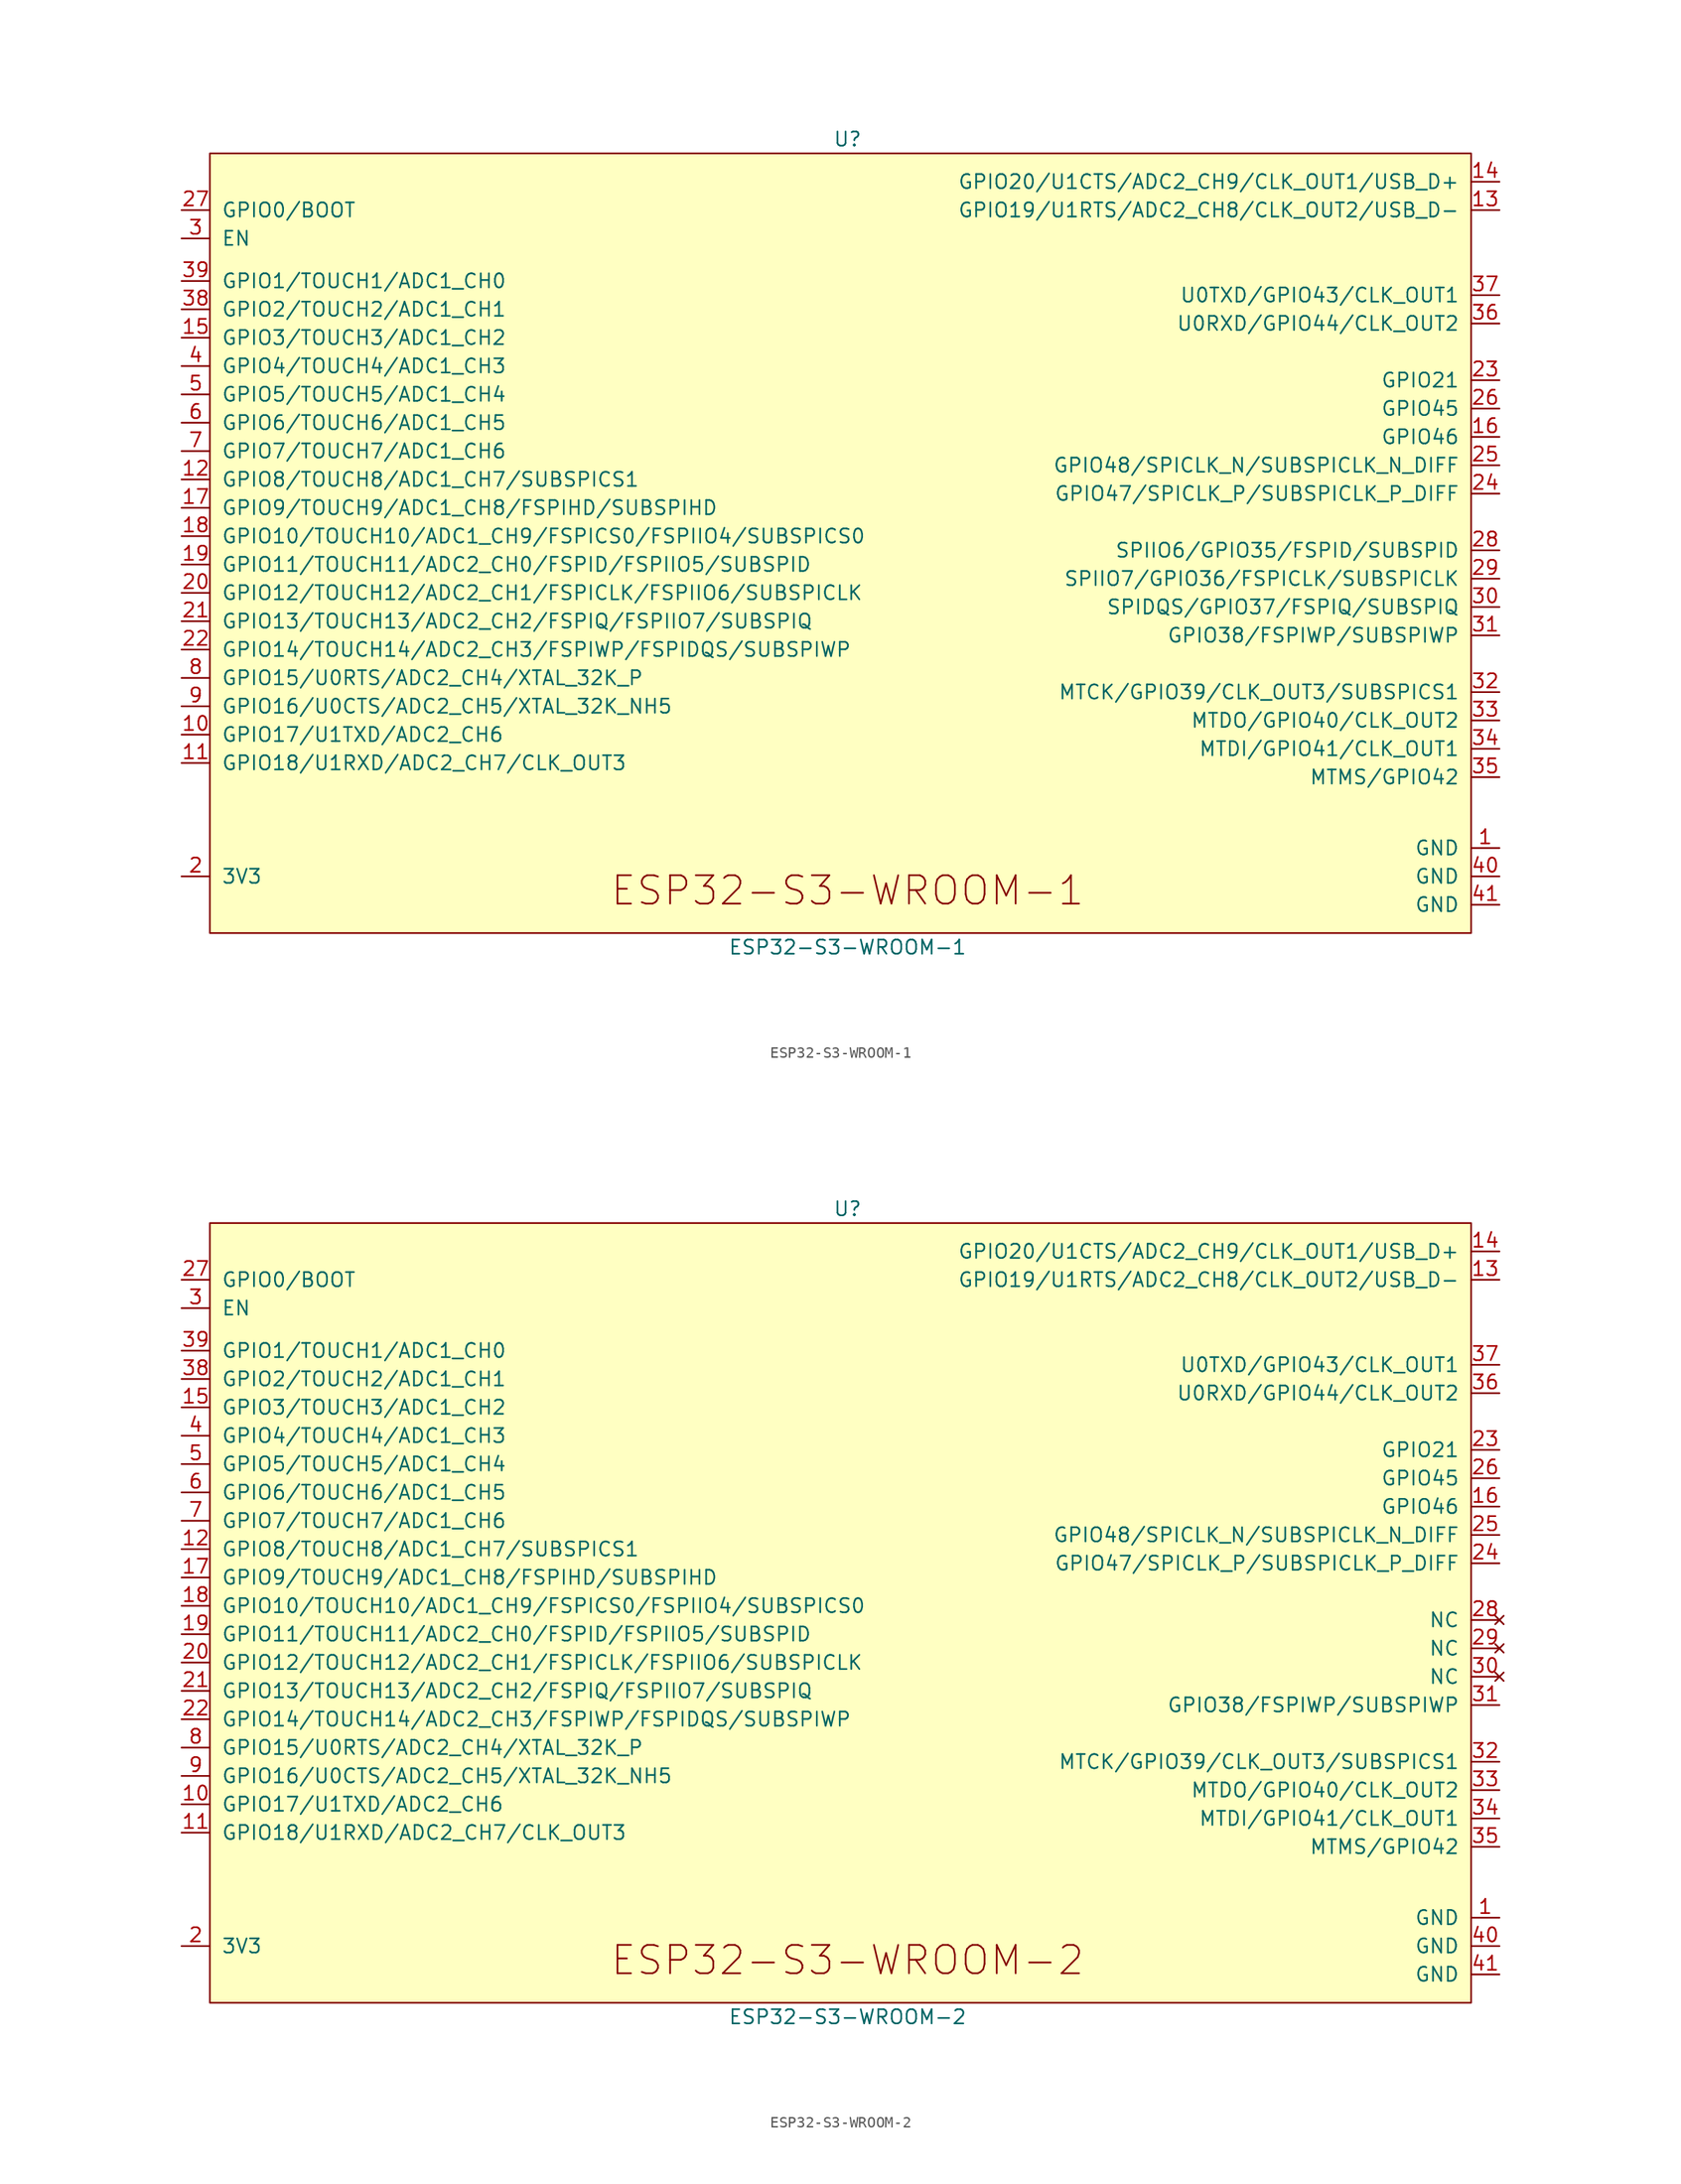
<source format=kicad_sym>
(kicad_symbol_lib
  (version 20211014)
  (generator kicad_symbol_editor)
  (symbol "ESP32-S3-WROOM-1"
    (pin_names
      (offset 1.016))
    (property "Reference" "U"
      (at 0 35.56 0)
      (effects (font (size 1.27 1.27))))
    (property "Value" "ESP32-S3-WROOM-1"
      (at 0 -36.83 0)
      (effects (font (size 1.27 1.27))))
    (symbol "ESP32-S3-WROOM-1_0_0"
      (rectangle (start -57.15 34.29) (end 55.88 -35.56) (stroke (width 0) (type default) (color 0 0 0 0)) (fill (type background)))
      (text "ESP32-S3-WROOM-1" (at 0 -31.75 0) (effects (font (size 2.54 2.54))))
      (pin power_in line (at 58.42 -27.94 180) (length 2.54) (name "GND" (effects (font (size 1.27 1.27)))) (number "1" (effects (font (size 1.27 1.27)))))
      (pin bidirectional line (at -59.69 -17.78 0) (length 2.54) (name "GPIO17/U1TXD/ADC2_CH6" (effects (font (size 1.27 1.27)))) (number "10" (effects (font (size 1.27 1.27)))))
      (pin bidirectional line (at -59.69 -20.32 0) (length 2.54) (name "GPIO18/U1RXD/ADC2_CH7/CLK_OUT3" (effects (font (size 1.27 1.27)))) (number "11" (effects (font (size 1.27 1.27)))))
      (pin bidirectional line (at -59.69 5.08 0) (length 2.54) (name "GPIO8/TOUCH8/ADC1_CH7/SUBSPICS1" (effects (font (size 1.27 1.27)))) (number "12" (effects (font (size 1.27 1.27)))))
      (pin bidirectional line (at 58.42 29.21 180) (length 2.54) (name "GPIO19/U1RTS/ADC2_CH8/CLK_OUT2/USB_D-" (effects (font (size 1.27 1.27)))) (number "13" (effects (font (size 1.27 1.27)))))
      (pin bidirectional line (at 58.42 31.75 180) (length 2.54) (name "GPIO20/U1CTS/ADC2_CH9/CLK_OUT1/USB_D+" (effects (font (size 1.27 1.27)))) (number "14" (effects (font (size 1.27 1.27)))))
      (pin bidirectional line (at -59.69 17.78 0) (length 2.54) (name "GPIO3/TOUCH3/ADC1_CH2" (effects (font (size 1.27 1.27)))) (number "15" (effects (font (size 1.27 1.27)))))
      (pin bidirectional line (at 58.42 8.89 180) (length 2.54) (name "GPIO46" (effects (font (size 1.27 1.27)))) (number "16" (effects (font (size 1.27 1.27)))))
      (pin bidirectional line (at -59.69 2.54 0) (length 2.54) (name "GPIO9/TOUCH9/ADC1_CH8/FSPIHD/SUBSPIHD" (effects (font (size 1.27 1.27)))) (number "17" (effects (font (size 1.27 1.27)))))
      (pin bidirectional line (at -59.69 0 0) (length 2.54) (name "GPIO10/TOUCH10/ADC1_CH9/FSPICS0/FSPIIO4/SUBSPICS0" (effects (font (size 1.27 1.27)))) (number "18" (effects (font (size 1.27 1.27)))))
      (pin bidirectional line (at -59.69 -2.54 0) (length 2.54) (name "GPIO11/TOUCH11/ADC2_CH0/FSPID/FSPIIO5/SUBSPID" (effects (font (size 1.27 1.27)))) (number "19" (effects (font (size 1.27 1.27)))))
      (pin power_in line (at -59.69 -30.48 0) (length 2.54) (name "3V3" (effects (font (size 1.27 1.27)))) (number "2" (effects (font (size 1.27 1.27)))))
      (pin bidirectional line (at -59.69 -5.08 0) (length 2.54) (name "GPIO12/TOUCH12/ADC2_CH1/FSPICLK/FSPIIO6/SUBSPICLK" (effects (font (size 1.27 1.27)))) (number "20" (effects (font (size 1.27 1.27)))))
      (pin bidirectional line (at -59.69 -7.62 0) (length 2.54) (name "GPIO13/TOUCH13/ADC2_CH2/FSPIQ/FSPIIO7/SUBSPIQ" (effects (font (size 1.27 1.27)))) (number "21" (effects (font (size 1.27 1.27)))))
      (pin bidirectional line (at -59.69 -10.16 0) (length 2.54) (name "GPIO14/TOUCH14/ADC2_CH3/FSPIWP/FSPIDQS/SUBSPIWP" (effects (font (size 1.27 1.27)))) (number "22" (effects (font (size 1.27 1.27)))))
      (pin bidirectional line (at 58.42 13.97 180) (length 2.54) (name "GPIO21" (effects (font (size 1.27 1.27)))) (number "23" (effects (font (size 1.27 1.27)))))
      (pin bidirectional line (at 58.42 3.81 180) (length 2.54) (name "GPIO47/SPICLK_P/SUBSPICLK_P_DIFF" (effects (font (size 1.27 1.27)))) (number "24" (effects (font (size 1.27 1.27)))))
      (pin bidirectional line (at 58.42 6.35 180) (length 2.54) (name "GPIO48/SPICLK_N/SUBSPICLK_N_DIFF" (effects (font (size 1.27 1.27)))) (number "25" (effects (font (size 1.27 1.27)))))
      (pin bidirectional line (at 58.42 11.43 180) (length 2.54) (name "GPIO45" (effects (font (size 1.27 1.27)))) (number "26" (effects (font (size 1.27 1.27)))))
      (pin bidirectional line (at -59.69 29.21 0) (length 2.54) (name "GPIO0/BOOT" (effects (font (size 1.27 1.27)))) (number "27" (effects (font (size 1.27 1.27)))))
      (pin bidirectional line (at 58.42 -1.27 180) (length 2.54) (name "SPIIO6/GPIO35/FSPID/SUBSPID" (effects (font (size 1.27 1.27)))) (number "28" (effects (font (size 1.27 1.27)))))
      (pin bidirectional line (at 58.42 -3.81 180) (length 2.54) (name "SPIIO7/GPIO36/FSPICLK/SUBSPICLK" (effects (font (size 1.27 1.27)))) (number "29" (effects (font (size 1.27 1.27)))))
      (pin input line (at -59.69 26.67 0) (length 2.54) (name "EN" (effects (font (size 1.27 1.27)))) (number "3" (effects (font (size 1.27 1.27)))))
      (pin bidirectional line (at 58.42 -6.35 180) (length 2.54) (name "SPIDQS/GPIO37/FSPIQ/SUBSPIQ" (effects (font (size 1.27 1.27)))) (number "30" (effects (font (size 1.27 1.27)))))
      (pin bidirectional line (at 58.42 -8.89 180) (length 2.54) (name "GPIO38/FSPIWP/SUBSPIWP" (effects (font (size 1.27 1.27)))) (number "31" (effects (font (size 1.27 1.27)))))
      (pin bidirectional line (at 58.42 -13.97 180) (length 2.54) (name "MTCK/GPIO39/CLK_OUT3/SUBSPICS1" (effects (font (size 1.27 1.27)))) (number "32" (effects (font (size 1.27 1.27)))))
      (pin bidirectional line (at 58.42 -16.51 180) (length 2.54) (name "MTDO/GPIO40/CLK_OUT2" (effects (font (size 1.27 1.27)))) (number "33" (effects (font (size 1.27 1.27)))))
      (pin bidirectional line (at 58.42 -19.05 180) (length 2.54) (name "MTDI/GPIO41/CLK_OUT1" (effects (font (size 1.27 1.27)))) (number "34" (effects (font (size 1.27 1.27)))))
      (pin bidirectional line (at 58.42 -21.59 180) (length 2.54) (name "MTMS/GPIO42" (effects (font (size 1.27 1.27)))) (number "35" (effects (font (size 1.27 1.27)))))
      (pin bidirectional line (at 58.42 19.05 180) (length 2.54) (name "U0RXD/GPIO44/CLK_OUT2" (effects (font (size 1.27 1.27)))) (number "36" (effects (font (size 1.27 1.27)))))
      (pin bidirectional line (at 58.42 21.59 180) (length 2.54) (name "U0TXD/GPIO43/CLK_OUT1" (effects (font (size 1.27 1.27)))) (number "37" (effects (font (size 1.27 1.27)))))
      (pin bidirectional line (at -59.69 20.32 0) (length 2.54) (name "GPIO2/TOUCH2/ADC1_CH1" (effects (font (size 1.27 1.27)))) (number "38" (effects (font (size 1.27 1.27)))))
      (pin bidirectional line (at -59.69 22.86 0) (length 2.54) (name "GPIO1/TOUCH1/ADC1_CH0" (effects (font (size 1.27 1.27)))) (number "39" (effects (font (size 1.27 1.27)))))
      (pin bidirectional line (at -59.69 15.24 0) (length 2.54) (name "GPIO4/TOUCH4/ADC1_CH3" (effects (font (size 1.27 1.27)))) (number "4" (effects (font (size 1.27 1.27)))))
      (pin power_in line (at 58.42 -30.48 180) (length 2.54) (name "GND" (effects (font (size 1.27 1.27)))) (number "40" (effects (font (size 1.27 1.27)))))
      (pin power_in line (at 58.42 -33.02 180) (length 2.54) (name "GND" (effects (font (size 1.27 1.27)))) (number "41" (effects (font (size 1.27 1.27)))))
      (pin bidirectional line (at -59.69 12.7 0) (length 2.54) (name "GPIO5/TOUCH5/ADC1_CH4" (effects (font (size 1.27 1.27)))) (number "5" (effects (font (size 1.27 1.27)))))
      (pin bidirectional line (at -59.69 10.16 0) (length 2.54) (name "GPIO6/TOUCH6/ADC1_CH5" (effects (font (size 1.27 1.27)))) (number "6" (effects (font (size 1.27 1.27)))))
      (pin bidirectional line (at -59.69 7.62 0) (length 2.54) (name "GPIO7/TOUCH7/ADC1_CH6" (effects (font (size 1.27 1.27)))) (number "7" (effects (font (size 1.27 1.27)))))
      (pin bidirectional line (at -59.69 -12.7 0) (length 2.54) (name "GPIO15/U0RTS/ADC2_CH4/XTAL_32K_P" (effects (font (size 1.27 1.27)))) (number "8" (effects (font (size 1.27 1.27)))))
      (pin bidirectional line (at -59.69 -15.24 0) (length 2.54) (name "GPIO16/U0CTS/ADC2_CH5/XTAL_32K_NH5" (effects (font (size 1.27 1.27)))) (number "9" (effects (font (size 1.27 1.27)))))))
  (symbol "ESP32-S3-WROOM-2"
    (pin_names
      (offset 1.016))
    (property "Reference" "U"
      (at 0 35.56 0)
      (effects (font (size 1.27 1.27))))
    (property "Value" "ESP32-S3-WROOM-2"
      (at 0 -36.83 0)
      (effects (font (size 1.27 1.27))))
    (symbol "ESP32-S3-WROOM-2_0_0"
      (rectangle (start -57.15 34.29) (end 55.88 -35.56) (stroke (width 0) (type default) (color 0 0 0 0)) (fill (type background)))
      (text "ESP32-S3-WROOM-2" (at 0 -31.75 0) (effects (font (size 2.54 2.54))))
      (pin power_in line (at 58.42 -27.94 180) (length 2.54) (name "GND" (effects (font (size 1.27 1.27)))) (number "1" (effects (font (size 1.27 1.27)))))
      (pin bidirectional line (at -59.69 -17.78 0) (length 2.54) (name "GPIO17/U1TXD/ADC2_CH6" (effects (font (size 1.27 1.27)))) (number "10" (effects (font (size 1.27 1.27)))))
      (pin bidirectional line (at -59.69 -20.32 0) (length 2.54) (name "GPIO18/U1RXD/ADC2_CH7/CLK_OUT3" (effects (font (size 1.27 1.27)))) (number "11" (effects (font (size 1.27 1.27)))))
      (pin bidirectional line (at -59.69 5.08 0) (length 2.54) (name "GPIO8/TOUCH8/ADC1_CH7/SUBSPICS1" (effects (font (size 1.27 1.27)))) (number "12" (effects (font (size 1.27 1.27)))))
      (pin bidirectional line (at 58.42 29.21 180) (length 2.54) (name "GPIO19/U1RTS/ADC2_CH8/CLK_OUT2/USB_D-" (effects (font (size 1.27 1.27)))) (number "13" (effects (font (size 1.27 1.27)))))
      (pin bidirectional line (at 58.42 31.75 180) (length 2.54) (name "GPIO20/U1CTS/ADC2_CH9/CLK_OUT1/USB_D+" (effects (font (size 1.27 1.27)))) (number "14" (effects (font (size 1.27 1.27)))))
      (pin bidirectional line (at -59.69 17.78 0) (length 2.54) (name "GPIO3/TOUCH3/ADC1_CH2" (effects (font (size 1.27 1.27)))) (number "15" (effects (font (size 1.27 1.27)))))
      (pin bidirectional line (at 58.42 8.89 180) (length 2.54) (name "GPIO46" (effects (font (size 1.27 1.27)))) (number "16" (effects (font (size 1.27 1.27)))))
      (pin bidirectional line (at -59.69 2.54 0) (length 2.54) (name "GPIO9/TOUCH9/ADC1_CH8/FSPIHD/SUBSPIHD" (effects (font (size 1.27 1.27)))) (number "17" (effects (font (size 1.27 1.27)))))
      (pin bidirectional line (at -59.69 0 0) (length 2.54) (name "GPIO10/TOUCH10/ADC1_CH9/FSPICS0/FSPIIO4/SUBSPICS0" (effects (font (size 1.27 1.27)))) (number "18" (effects (font (size 1.27 1.27)))))
      (pin bidirectional line (at -59.69 -2.54 0) (length 2.54) (name "GPIO11/TOUCH11/ADC2_CH0/FSPID/FSPIIO5/SUBSPID" (effects (font (size 1.27 1.27)))) (number "19" (effects (font (size 1.27 1.27)))))
      (pin power_in line (at -59.69 -30.48 0) (length 2.54) (name "3V3" (effects (font (size 1.27 1.27)))) (number "2" (effects (font (size 1.27 1.27)))))
      (pin bidirectional line (at -59.69 -5.08 0) (length 2.54) (name "GPIO12/TOUCH12/ADC2_CH1/FSPICLK/FSPIIO6/SUBSPICLK" (effects (font (size 1.27 1.27)))) (number "20" (effects (font (size 1.27 1.27)))))
      (pin bidirectional line (at -59.69 -7.62 0) (length 2.54) (name "GPIO13/TOUCH13/ADC2_CH2/FSPIQ/FSPIIO7/SUBSPIQ" (effects (font (size 1.27 1.27)))) (number "21" (effects (font (size 1.27 1.27)))))
      (pin bidirectional line (at -59.69 -10.16 0) (length 2.54) (name "GPIO14/TOUCH14/ADC2_CH3/FSPIWP/FSPIDQS/SUBSPIWP" (effects (font (size 1.27 1.27)))) (number "22" (effects (font (size 1.27 1.27)))))
      (pin bidirectional line (at 58.42 13.97 180) (length 2.54) (name "GPIO21" (effects (font (size 1.27 1.27)))) (number "23" (effects (font (size 1.27 1.27)))))
      (pin bidirectional line (at 58.42 3.81 180) (length 2.54) (name "GPIO47/SPICLK_P/SUBSPICLK_P_DIFF" (effects (font (size 1.27 1.27)))) (number "24" (effects (font (size 1.27 1.27)))))
      (pin bidirectional line (at 58.42 6.35 180) (length 2.54) (name "GPIO48/SPICLK_N/SUBSPICLK_N_DIFF" (effects (font (size 1.27 1.27)))) (number "25" (effects (font (size 1.27 1.27)))))
      (pin bidirectional line (at 58.42 11.43 180) (length 2.54) (name "GPIO45" (effects (font (size 1.27 1.27)))) (number "26" (effects (font (size 1.27 1.27)))))
      (pin bidirectional line (at -59.69 29.21 0) (length 2.54) (name "GPIO0/BOOT" (effects (font (size 1.27 1.27)))) (number "27" (effects (font (size 1.27 1.27)))))
      (pin no_connect line (at 58.42 -1.27 180) (length 2.54) (name "NC" (effects (font (size 1.27 1.27)))) (number "28" (effects (font (size 1.27 1.27)))))
      (pin no_connect line (at 58.42 -3.81 180) (length 2.54) (name "NC" (effects (font (size 1.27 1.27)))) (number "29" (effects (font (size 1.27 1.27)))))
      (pin input line (at -59.69 26.67 0) (length 2.54) (name "EN" (effects (font (size 1.27 1.27)))) (number "3" (effects (font (size 1.27 1.27)))))
      (pin no_connect line (at 58.42 -6.35 180) (length 2.54) (name "NC" (effects (font (size 1.27 1.27)))) (number "30" (effects (font (size 1.27 1.27)))))
      (pin bidirectional line (at 58.42 -8.89 180) (length 2.54) (name "GPIO38/FSPIWP/SUBSPIWP" (effects (font (size 1.27 1.27)))) (number "31" (effects (font (size 1.27 1.27)))))
      (pin bidirectional line (at 58.42 -13.97 180) (length 2.54) (name "MTCK/GPIO39/CLK_OUT3/SUBSPICS1" (effects (font (size 1.27 1.27)))) (number "32" (effects (font (size 1.27 1.27)))))
      (pin bidirectional line (at 58.42 -16.51 180) (length 2.54) (name "MTDO/GPIO40/CLK_OUT2" (effects (font (size 1.27 1.27)))) (number "33" (effects (font (size 1.27 1.27)))))
      (pin bidirectional line (at 58.42 -19.05 180) (length 2.54) (name "MTDI/GPIO41/CLK_OUT1" (effects (font (size 1.27 1.27)))) (number "34" (effects (font (size 1.27 1.27)))))
      (pin bidirectional line (at 58.42 -21.59 180) (length 2.54) (name "MTMS/GPIO42" (effects (font (size 1.27 1.27)))) (number "35" (effects (font (size 1.27 1.27)))))
      (pin bidirectional line (at 58.42 19.05 180) (length 2.54) (name "U0RXD/GPIO44/CLK_OUT2" (effects (font (size 1.27 1.27)))) (number "36" (effects (font (size 1.27 1.27)))))
      (pin bidirectional line (at 58.42 21.59 180) (length 2.54) (name "U0TXD/GPIO43/CLK_OUT1" (effects (font (size 1.27 1.27)))) (number "37" (effects (font (size 1.27 1.27)))))
      (pin bidirectional line (at -59.69 20.32 0) (length 2.54) (name "GPIO2/TOUCH2/ADC1_CH1" (effects (font (size 1.27 1.27)))) (number "38" (effects (font (size 1.27 1.27)))))
      (pin bidirectional line (at -59.69 22.86 0) (length 2.54) (name "GPIO1/TOUCH1/ADC1_CH0" (effects (font (size 1.27 1.27)))) (number "39" (effects (font (size 1.27 1.27)))))
      (pin bidirectional line (at -59.69 15.24 0) (length 2.54) (name "GPIO4/TOUCH4/ADC1_CH3" (effects (font (size 1.27 1.27)))) (number "4" (effects (font (size 1.27 1.27)))))
      (pin power_in line (at 58.42 -30.48 180) (length 2.54) (name "GND" (effects (font (size 1.27 1.27)))) (number "40" (effects (font (size 1.27 1.27)))))
      (pin power_in line (at 58.42 -33.02 180) (length 2.54) (name "GND" (effects (font (size 1.27 1.27)))) (number "41" (effects (font (size 1.27 1.27)))))
      (pin bidirectional line (at -59.69 12.7 0) (length 2.54) (name "GPIO5/TOUCH5/ADC1_CH4" (effects (font (size 1.27 1.27)))) (number "5" (effects (font (size 1.27 1.27)))))
      (pin bidirectional line (at -59.69 10.16 0) (length 2.54) (name "GPIO6/TOUCH6/ADC1_CH5" (effects (font (size 1.27 1.27)))) (number "6" (effects (font (size 1.27 1.27)))))
      (pin bidirectional line (at -59.69 7.62 0) (length 2.54) (name "GPIO7/TOUCH7/ADC1_CH6" (effects (font (size 1.27 1.27)))) (number "7" (effects (font (size 1.27 1.27)))))
      (pin bidirectional line (at -59.69 -12.7 0) (length 2.54) (name "GPIO15/U0RTS/ADC2_CH4/XTAL_32K_P" (effects (font (size 1.27 1.27)))) (number "8" (effects (font (size 1.27 1.27)))))
      (pin bidirectional line (at -59.69 -15.24 0) (length 2.54) (name "GPIO16/U0CTS/ADC2_CH5/XTAL_32K_NH5" (effects (font (size 1.27 1.27)))) (number "9" (effects (font (size 1.27 1.27))))))))
</source>
